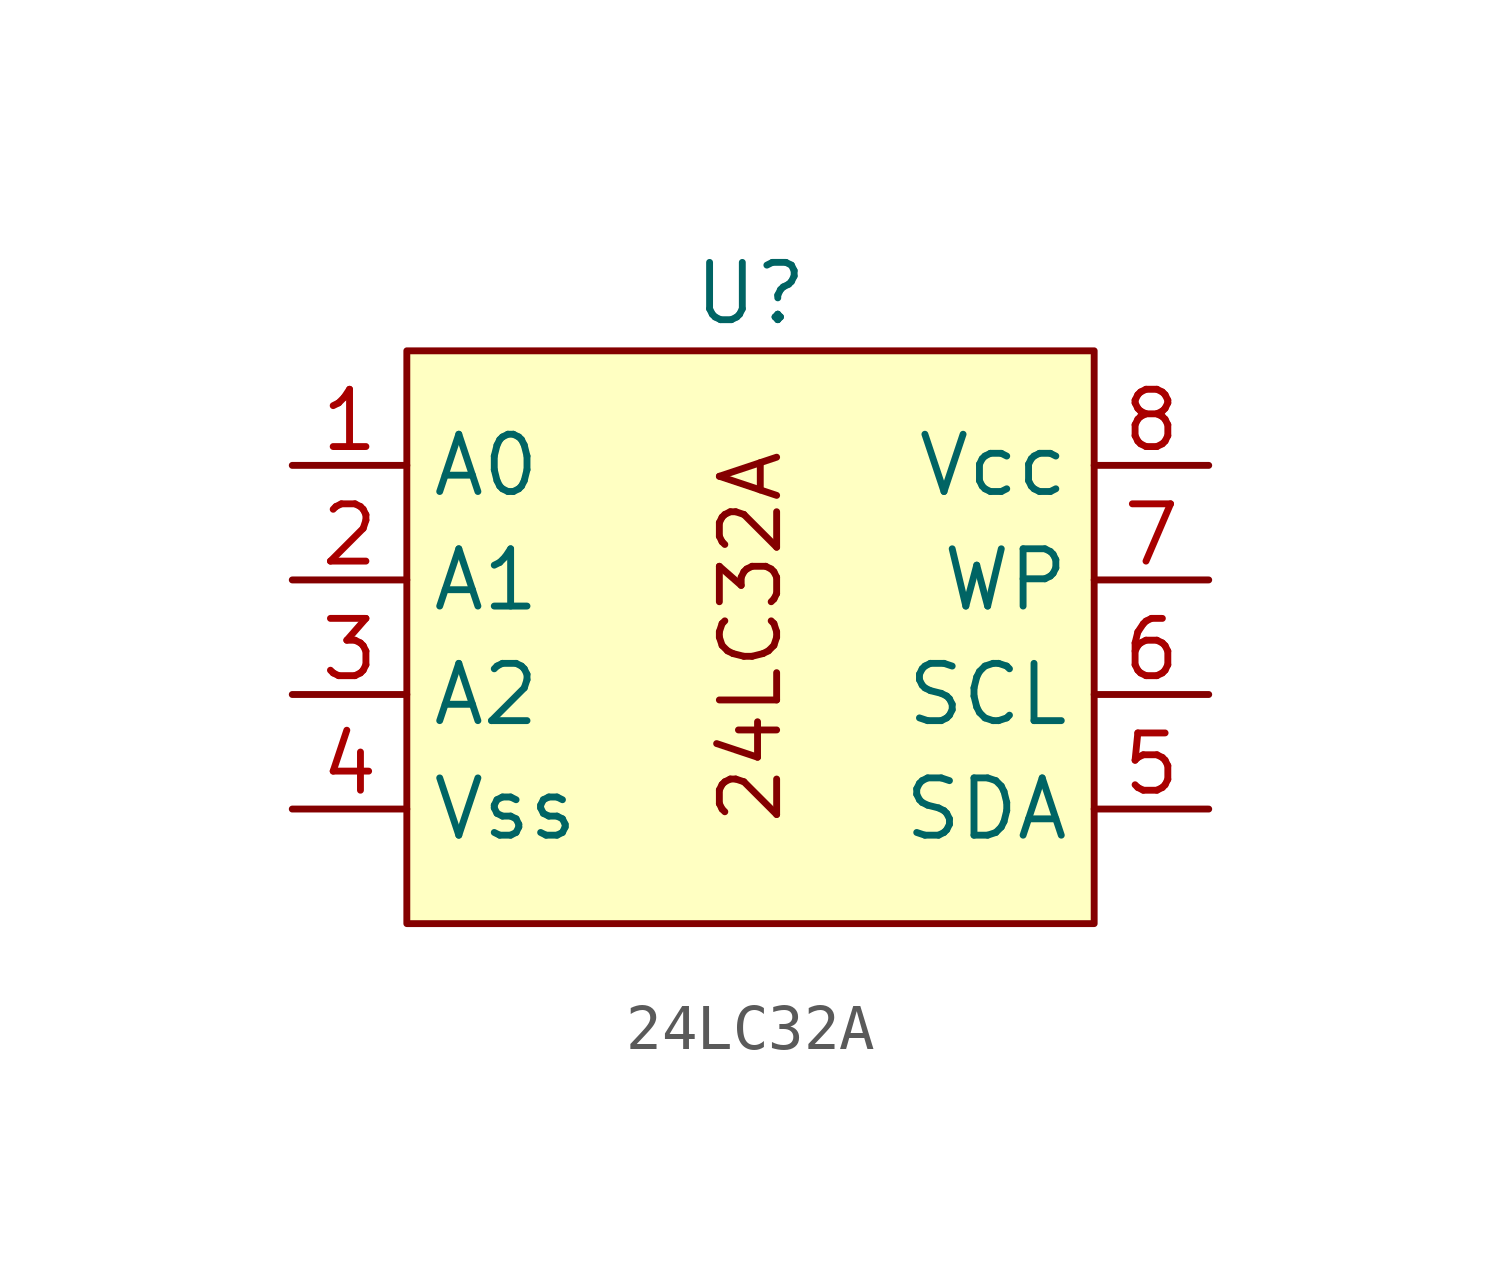
<source format=kicad_sym>
(kicad_symbol_lib
  (version 20220914)
  (generator kicad_symbol_editor)
  (symbol "24LC32A"
    (property "Reference" "U"
      (at 0 0 0)
      (effects (font (size 1.27 1.27))))
    (property "Value" ""
      (at 0 0 0)
      (effects (font (size 1.27 1.27))))
    (symbol "24LC32A_1_1"
      (rectangle (start -7.62 -1.27) (end 7.62 -13.97) (stroke (width 0) (type default)) (fill (type background)))
      (text "24LC32A" (at 0 -7.62 900) (effects (font (size 1.27 1.27))))
      (pin input line (at -10.16 -3.81 0) (length 2.54) (name "A0" (effects (font (size 1.27 1.27)))) (number "1" (effects (font (size 1.27 1.27)))))
      (pin input line (at -10.16 -6.35 0) (length 2.54) (name "A1" (effects (font (size 1.27 1.27)))) (number "2" (effects (font (size 1.27 1.27)))))
      (pin input line (at -10.16 -8.89 0) (length 2.54) (name "A2" (effects (font (size 1.27 1.27)))) (number "3" (effects (font (size 1.27 1.27)))))
      (pin power_in line (at -10.16 -11.43 0) (length 2.54) (name "Vss" (effects (font (size 1.27 1.27)))) (number "4" (effects (font (size 1.27 1.27)))))
      (pin bidirectional line (at 10.16 -11.43 180) (length 2.54) (name "SDA" (effects (font (size 1.27 1.27)))) (number "5" (effects (font (size 1.27 1.27)))))
      (pin input line (at 10.16 -8.89 180) (length 2.54) (name "SCL" (effects (font (size 1.27 1.27)))) (number "6" (effects (font (size 1.27 1.27)))))
      (pin input line (at 10.16 -6.35 180) (length 2.54) (name "WP" (effects (font (size 1.27 1.27)))) (number "7" (effects (font (size 1.27 1.27)))))
      (pin power_in line (at 10.16 -3.81 180) (length 2.54) (name "Vcc" (effects (font (size 1.27 1.27)))) (number "8" (effects (font (size 1.27 1.27))))))))
</source>
